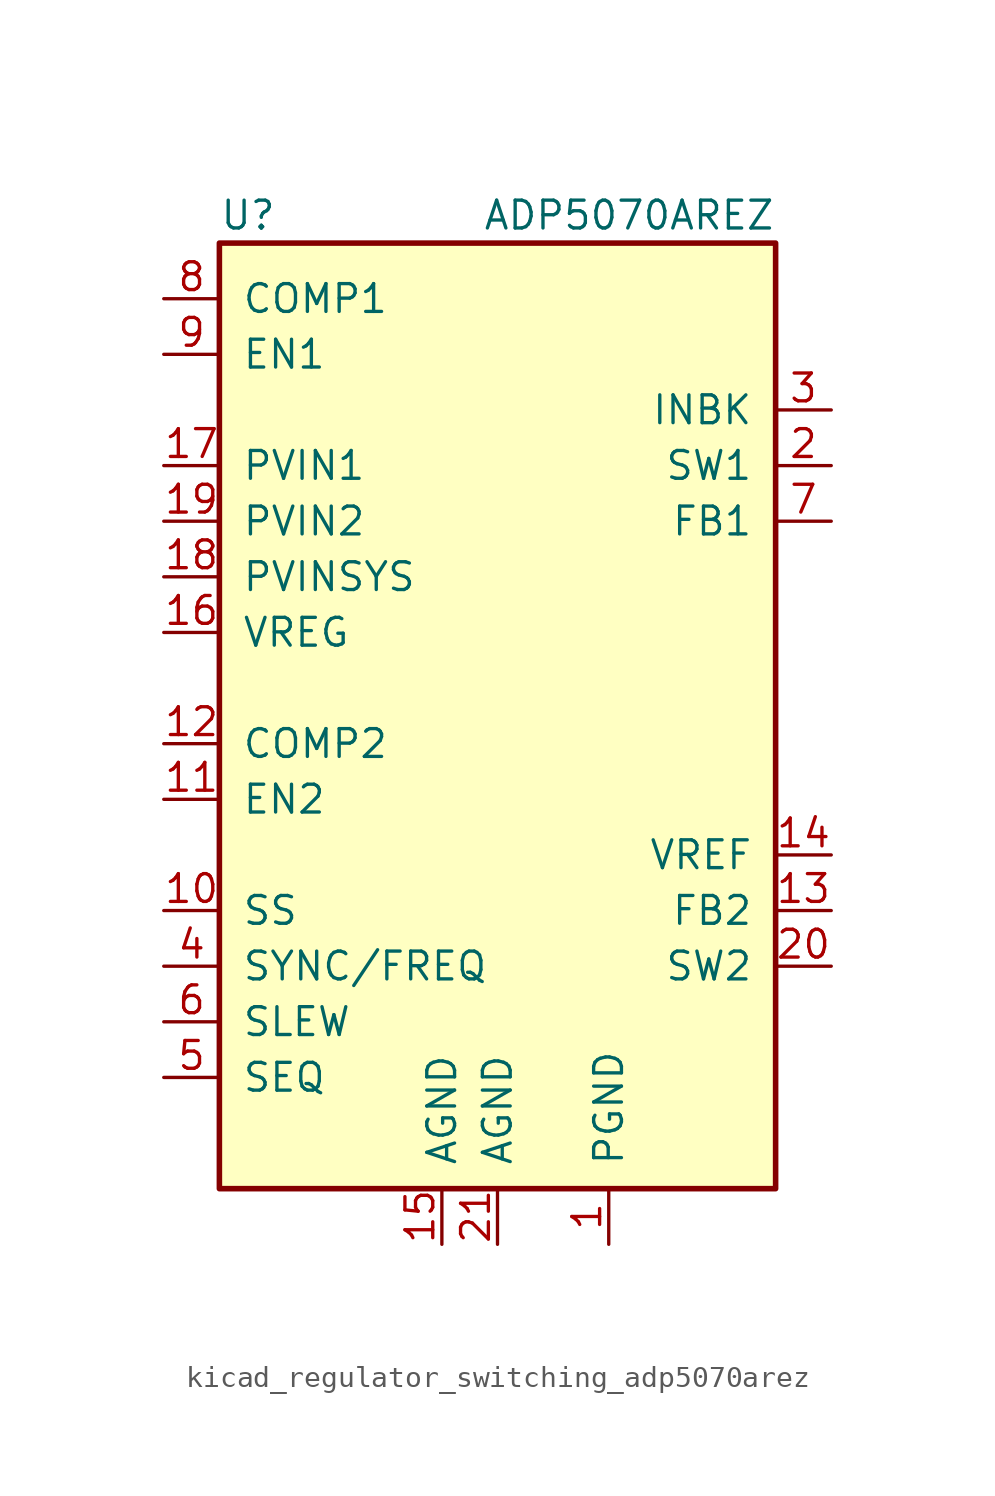
<source format=kicad_sym>
(kicad_symbol_lib
  (version 20220914)
  (generator kicad_symbol_editor)
  (symbol "kicad_regulator_switching_adp5070arez"
    (pin_names
      (offset 1.016))
    (property "Reference" "U"
      (at -12.7 24.13 0)
      (effects (font (size 1.27 1.27)) (justify left)))
    (property "Value" "ADP5070AREZ"
      (at 12.7 24.13 0)
      (effects (font (size 1.27 1.27)) (justify right)))
    (symbol "kicad_regulator_switching_adp5070arez_0_1"
      (rectangle (start -12.7 22.86) (end 12.7 -20.32) (stroke (width 0.254) (type default)) (fill (type background))))
    (symbol "kicad_regulator_switching_adp5070arez_1_1"
      (pin power_in line (at 5.08 -22.86 90) (length 2.54) (name "PGND" (effects (font (size 1.27 1.27)))) (number "1" (effects (font (size 1.27 1.27)))))
      (pin passive line (at -15.24 -7.62 0) (length 2.54) (name "SS" (effects (font (size 1.27 1.27)))) (number "10" (effects (font (size 1.27 1.27)))))
      (pin input line (at -15.24 -2.54 0) (length 2.54) (name "EN2" (effects (font (size 1.27 1.27)))) (number "11" (effects (font (size 1.27 1.27)))))
      (pin passive line (at -15.24 0 0) (length 2.54) (name "COMP2" (effects (font (size 1.27 1.27)))) (number "12" (effects (font (size 1.27 1.27)))))
      (pin input line (at 15.24 -7.62 180) (length 2.54) (name "FB2" (effects (font (size 1.27 1.27)))) (number "13" (effects (font (size 1.27 1.27)))))
      (pin output line (at 15.24 -5.08 180) (length 2.54) (name "VREF" (effects (font (size 1.27 1.27)))) (number "14" (effects (font (size 1.27 1.27)))))
      (pin power_in line (at -2.54 -22.86 90) (length 2.54) (name "AGND" (effects (font (size 1.27 1.27)))) (number "15" (effects (font (size 1.27 1.27)))))
      (pin output line (at -15.24 5.08 0) (length 2.54) (name "VREG" (effects (font (size 1.27 1.27)))) (number "16" (effects (font (size 1.27 1.27)))))
      (pin power_in line (at -15.24 12.7 0) (length 2.54) (name "PVIN1" (effects (font (size 1.27 1.27)))) (number "17" (effects (font (size 1.27 1.27)))))
      (pin power_in line (at -15.24 7.62 0) (length 2.54) (name "PVINSYS" (effects (font (size 1.27 1.27)))) (number "18" (effects (font (size 1.27 1.27)))))
      (pin power_in line (at -15.24 10.16 0) (length 2.54) (name "PVIN2" (effects (font (size 1.27 1.27)))) (number "19" (effects (font (size 1.27 1.27)))))
      (pin power_out line (at 15.24 12.7 180) (length 2.54) (name "SW1" (effects (font (size 1.27 1.27)))) (number "2" (effects (font (size 1.27 1.27)))))
      (pin power_out line (at 15.24 -10.16 180) (length 2.54) (name "SW2" (effects (font (size 1.27 1.27)))) (number "20" (effects (font (size 1.27 1.27)))))
      (pin power_in line (at 0 -22.86 90) (length 2.54) (name "AGND" (effects (font (size 1.27 1.27)))) (number "21" (effects (font (size 1.27 1.27)))))
      (pin power_out line (at 15.24 15.24 180) (length 2.54) (name "INBK" (effects (font (size 1.27 1.27)))) (number "3" (effects (font (size 1.27 1.27)))))
      (pin input line (at -15.24 -10.16 0) (length 2.54) (name "SYNC/FREQ" (effects (font (size 1.27 1.27)))) (number "4" (effects (font (size 1.27 1.27)))))
      (pin input line (at -15.24 -15.24 0) (length 2.54) (name "SEQ" (effects (font (size 1.27 1.27)))) (number "5" (effects (font (size 1.27 1.27)))))
      (pin input line (at -15.24 -12.7 0) (length 2.54) (name "SLEW" (effects (font (size 1.27 1.27)))) (number "6" (effects (font (size 1.27 1.27)))))
      (pin input line (at 15.24 10.16 180) (length 2.54) (name "FB1" (effects (font (size 1.27 1.27)))) (number "7" (effects (font (size 1.27 1.27)))))
      (pin passive line (at -15.24 20.32 0) (length 2.54) (name "COMP1" (effects (font (size 1.27 1.27)))) (number "8" (effects (font (size 1.27 1.27)))))
      (pin input line (at -15.24 17.78 0) (length 2.54) (name "EN1" (effects (font (size 1.27 1.27)))) (number "9" (effects (font (size 1.27 1.27))))))))
</source>
